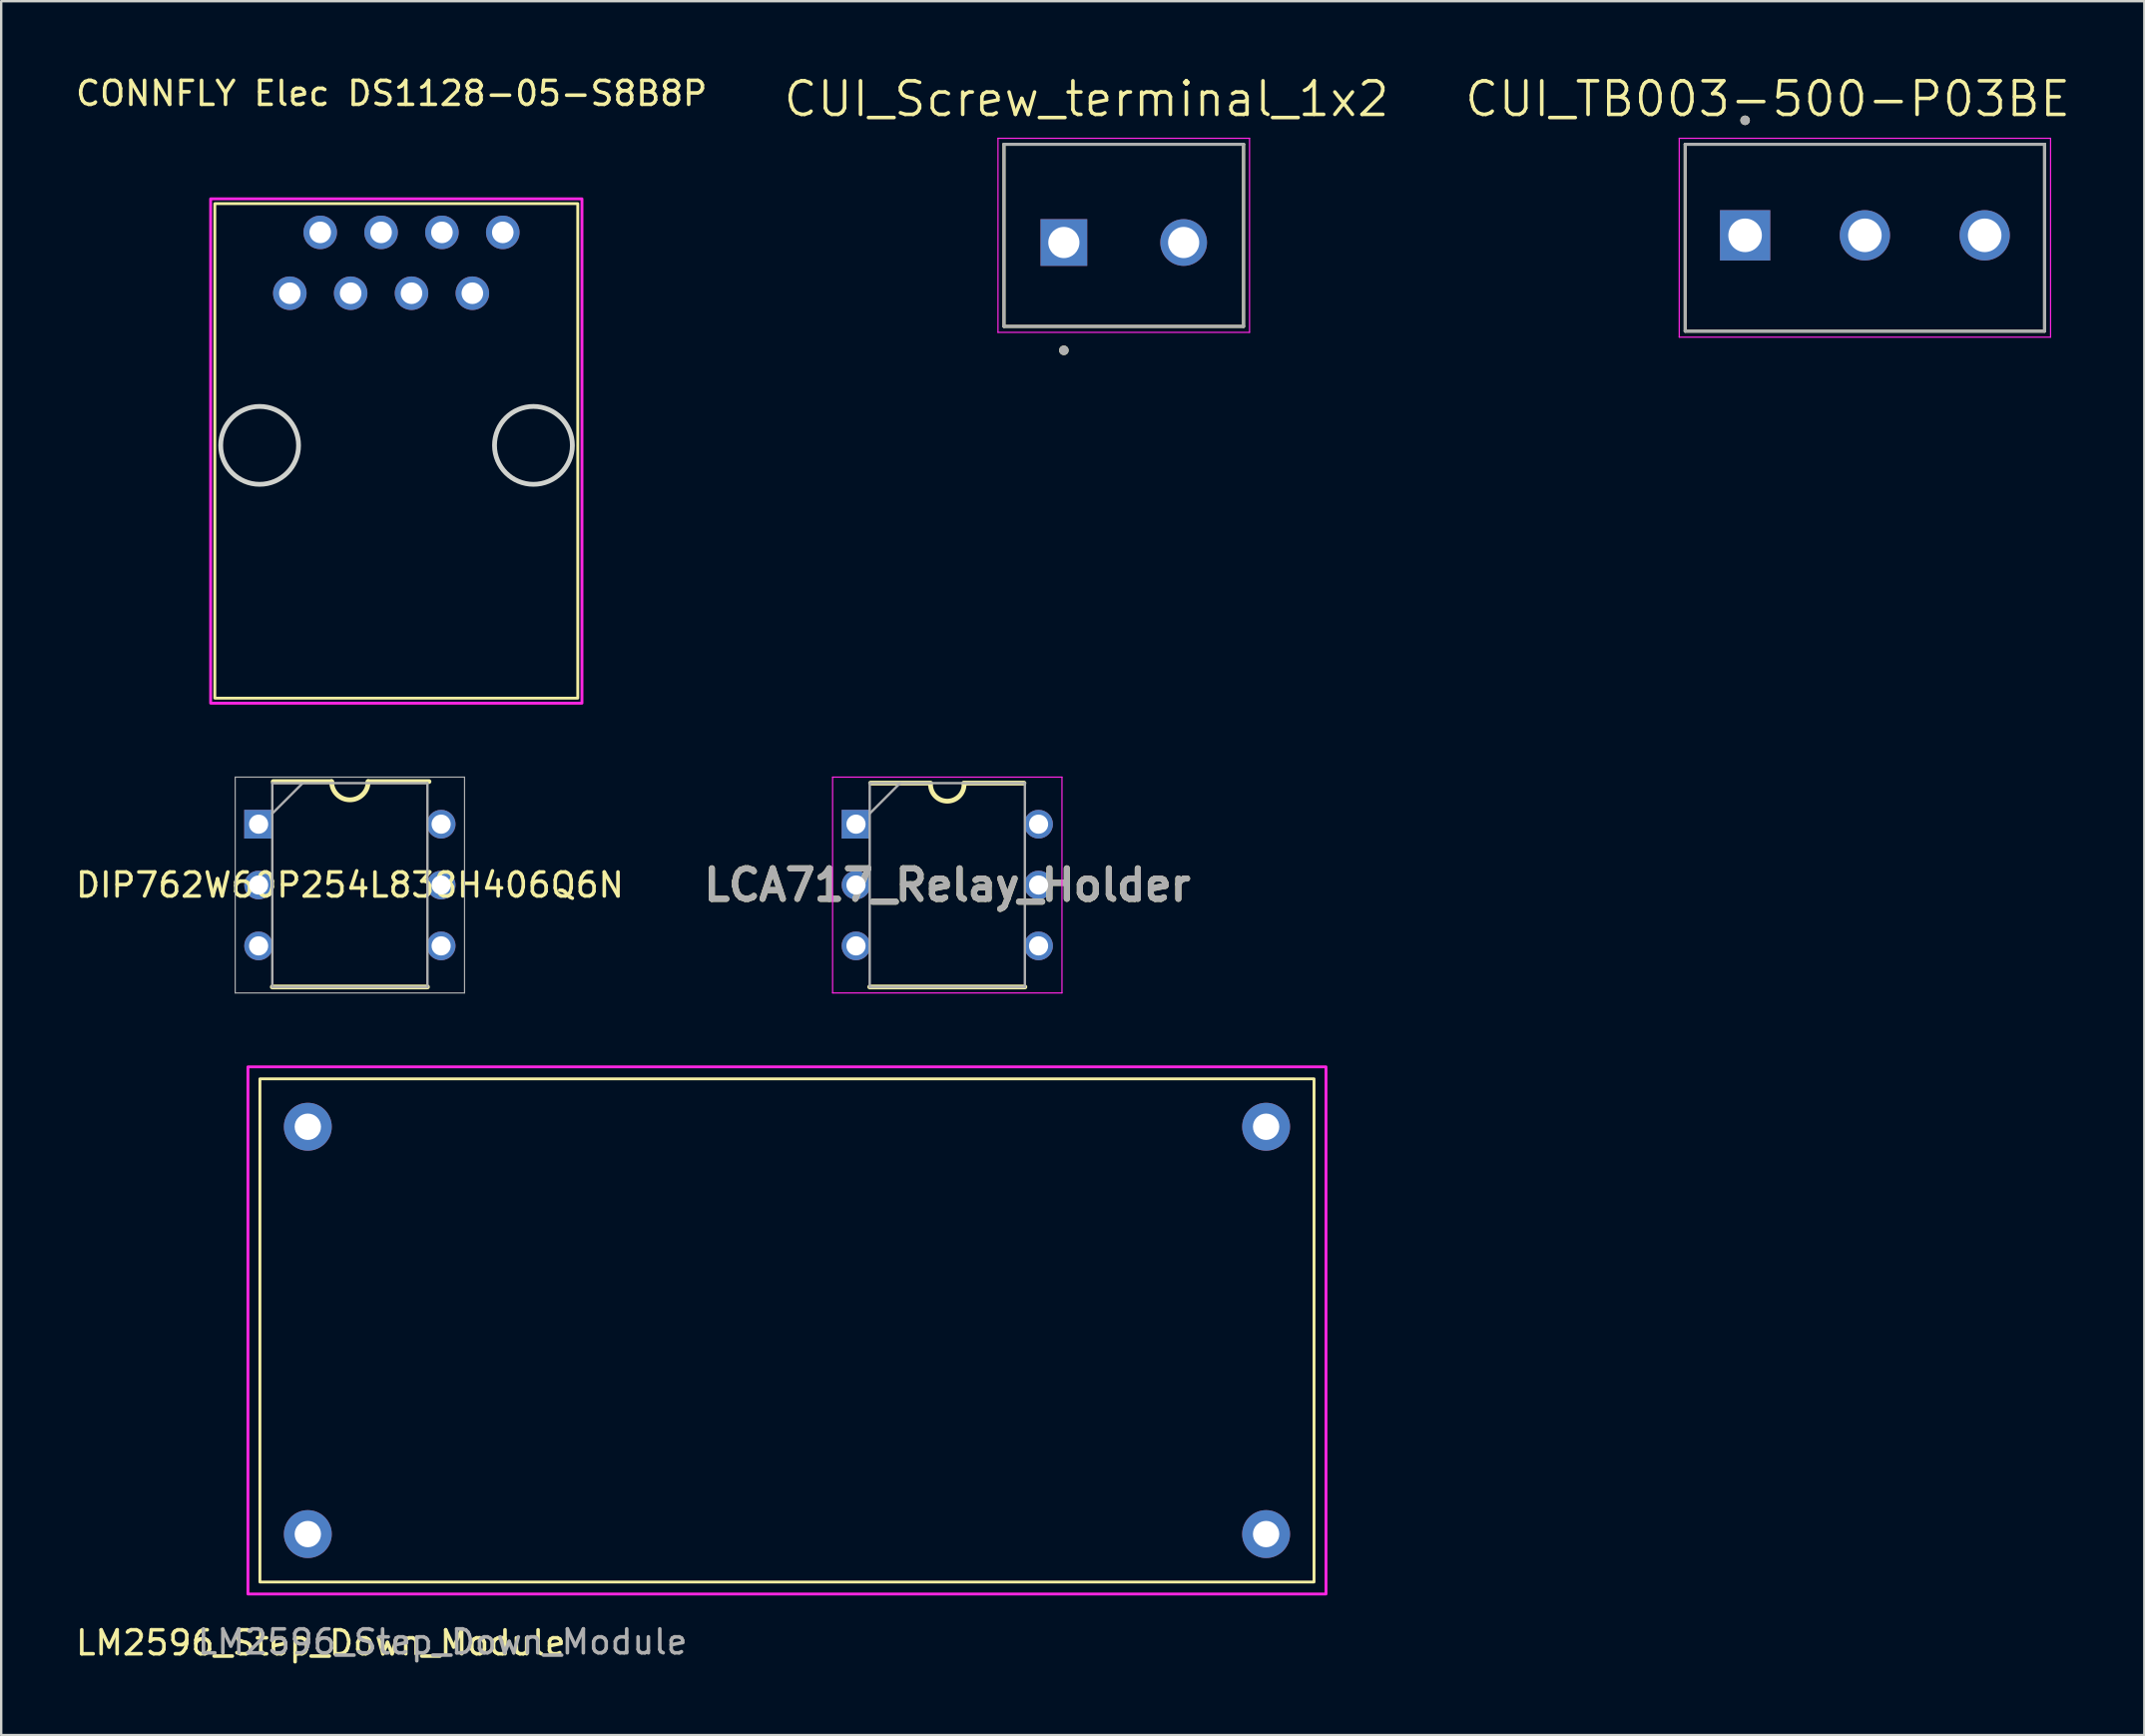
<source format=kicad_pcb>
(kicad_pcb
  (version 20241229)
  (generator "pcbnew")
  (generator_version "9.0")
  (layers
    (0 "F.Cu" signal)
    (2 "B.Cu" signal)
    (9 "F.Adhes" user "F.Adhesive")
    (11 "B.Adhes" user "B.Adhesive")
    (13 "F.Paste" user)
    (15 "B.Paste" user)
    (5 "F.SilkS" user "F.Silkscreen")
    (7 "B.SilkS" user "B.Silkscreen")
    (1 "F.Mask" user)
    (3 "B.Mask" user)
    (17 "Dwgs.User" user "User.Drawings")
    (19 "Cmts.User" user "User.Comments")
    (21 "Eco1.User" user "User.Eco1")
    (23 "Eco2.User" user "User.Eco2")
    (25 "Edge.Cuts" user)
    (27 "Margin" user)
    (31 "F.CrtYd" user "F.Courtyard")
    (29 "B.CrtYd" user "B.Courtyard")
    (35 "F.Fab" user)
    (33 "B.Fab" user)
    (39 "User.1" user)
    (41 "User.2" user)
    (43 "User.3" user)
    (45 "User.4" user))
  (footprint "CUI_TB003-500-P03BE"
    (layer "F.Cu")
    (at 69.793 6.771)
    (property "Reference" "CUI_TB003-500-P03BE" (at 0.945 -5.689 0) (layer "F.SilkS") (effects (font (size 1.4 1.4) (thickness 0.15))))
    (attr through_hole)
    (fp_line (start -2.5 -3.8) (end 12.5 -3.8) (stroke (width 0.127) (type solid)) (layer "F.SilkS"))
    (fp_line (start -2.5 4) (end -2.5 -3.8) (stroke (width 0.127) (type solid)) (layer "F.SilkS"))
    (fp_line (start 12.5 -3.8) (end 12.5 4) (stroke (width 0.127) (type solid)) (layer "F.SilkS"))
    (fp_line (start 12.5 4) (end -2.5 4) (stroke (width 0.127) (type solid)) (layer "F.SilkS"))
    (fp_circle (center 0 -4.8) (end 0.1 -4.8) (stroke (width 0.2) (type solid)) (fill no) (layer "F.SilkS"))
    (fp_line (start -2.75 -4.05) (end 12.75 -4.05) (stroke (width 0.05) (type solid)) (layer "F.CrtYd"))
    (fp_line (start -2.75 4.25) (end -2.75 -4.05) (stroke (width 0.05) (type solid)) (layer "F.CrtYd"))
    (fp_line (start 12.75 -4.05) (end 12.75 4.25) (stroke (width 0.05) (type solid)) (layer "F.CrtYd"))
    (fp_line (start 12.75 4.25) (end -2.75 4.25) (stroke (width 0.05) (type solid)) (layer "F.CrtYd"))
    (fp_line (start -2.5 -3.8) (end 12.5 -3.8) (stroke (width 0.127) (type solid)) (layer "F.Fab"))
    (fp_line (start -2.5 4) (end -2.5 -3.8) (stroke (width 0.127) (type solid)) (layer "F.Fab"))
    (fp_line (start 12.5 -3.8) (end 12.5 4) (stroke (width 0.127) (type solid)) (layer "F.Fab"))
    (fp_line (start 12.5 4) (end -2.5 4) (stroke (width 0.127) (type solid)) (layer "F.Fab"))
    (fp_circle (center 0 -4.8) (end 0.1 -4.8) (stroke (width 0.2) (type solid)) (fill no) (layer "F.Fab"))
    (pad "1" thru_hole rect (at 0 0) (size 2.1 2.1) (drill 1.4) (layers "*.Cu" "*.Mask"))
    (pad "2" thru_hole circle (at 5 0) (size 2.1 2.1) (drill 1.4) (layers "*.Cu" "*.Mask"))
    (pad "3" thru_hole circle (at 10 0) (size 2.1 2.1) (drill 1.4) (layers "*.Cu" "*.Mask")))
  (footprint "DIP762W60P254L838H406Q6N"
    (layer "F.Cu")
    (at 11.554 33.887)
    (property "Reference" "DIP762W60P254L838H406Q6N" (at 0 0 0) (layer "F.SilkS") (effects (font (size 1 1) (thickness 0.15))))
    (attr through_hole)
    (fp_line (start -3.238 4.254) (end 3.238 4.254) (stroke (width 0.2) (type solid)) (layer "F.SilkS"))
    (fp_line (start -3.2 -4.318) (end -0.762 -4.318) (stroke (width 0.2) (type solid)) (layer "F.SilkS"))
    (fp_line (start 0.762 -4.318) (end 3.302 -4.318) (stroke (width 0.2) (type solid)) (layer "F.SilkS"))
    (fp_arc (start 0.762 -4.318) (mid 0 -3.556) (end -0.762 -4.318) (stroke (width 0.2) (type default)) (layer "F.SilkS"))
    (fp_line (start -4.787 -4.504) (end 4.787 -4.504) (stroke (width 0.05) (type solid)) (layer "F.Fab"))
    (fp_line (start -4.787 4.504) (end -4.787 -4.504) (stroke (width 0.05) (type solid)) (layer "F.Fab"))
    (fp_line (start -3.238 -4.254) (end 3.238 -4.254) (stroke (width 0.1) (type solid)) (layer "F.Fab"))
    (fp_line (start -3.238 -2.984) (end -1.968 -4.254) (stroke (width 0.1) (type solid)) (layer "F.Fab"))
    (fp_line (start -3.238 4.254) (end -3.238 -4.254) (stroke (width 0.1) (type solid)) (layer "F.Fab"))
    (fp_line (start 3.238 -4.254) (end 3.238 4.254) (stroke (width 0.1) (type solid)) (layer "F.Fab"))
    (fp_line (start 3.238 4.254) (end -3.238 4.254) (stroke (width 0.1) (type solid)) (layer "F.Fab"))
    (fp_line (start 4.787 -4.504) (end 4.787 4.504) (stroke (width 0.05) (type solid)) (layer "F.Fab"))
    (fp_line (start 4.787 4.504) (end -4.787 4.504) (stroke (width 0.05) (type solid)) (layer "F.Fab"))
    (pad "1" thru_hole rect (at -3.81 -2.54) (size 1.2 1.2) (drill 0.8) (layers "*.Cu" "*.Mask"))
    (pad "2" thru_hole circle (at -3.81 0) (size 1.2 1.2) (drill 0.8) (layers "*.Cu" "*.Mask"))
    (pad "3" thru_hole circle (at -3.81 2.54) (size 1.2 1.2) (drill 0.8) (layers "*.Cu" "*.Mask"))
    (pad "4" thru_hole circle (at 3.81 2.54) (size 1.2 1.2) (drill 0.8) (layers "*.Cu" "*.Mask"))
    (pad "5" thru_hole circle (at 3.81 0) (size 1.2 1.2) (drill 0.8) (layers "*.Cu" "*.Mask"))
    (pad "6" thru_hole circle (at 3.81 -2.54) (size 1.2 1.2) (drill 0.8) (layers "*.Cu" "*.Mask")))
  (footprint "CUI_Screw_terminal_1x2"
    (layer "F.Cu")
    (at 41.357 7.071)
    (property "Reference" "CUI_Screw_terminal_1x2" (at 0.945 -5.989 0) (layer "F.SilkS") (effects (font (size 1.4 1.4) (thickness 0.15))))
    (attr through_hole)
    (fp_line (start -2.5 -4.1) (end 7.5 -4.1) (stroke (width 0.127) (type solid)) (layer "F.SilkS"))
    (fp_line (start -2.5 3.5) (end -2.5 -4.1) (stroke (width 0.127) (type solid)) (layer "F.SilkS"))
    (fp_line (start 7.5 -4.1) (end 7.5 3.5) (stroke (width 0.127) (type solid)) (layer "F.SilkS"))
    (fp_line (start 7.5 3.5) (end -2.5 3.5) (stroke (width 0.127) (type solid)) (layer "F.SilkS"))
    (fp_circle (center 0 4.5) (end 0.1 4.5) (stroke (width 0.2) (type solid)) (fill no) (layer "F.SilkS"))
    (fp_line (start -2.75 -4.35) (end 7.75 -4.35) (stroke (width 0.05) (type solid)) (layer "F.CrtYd"))
    (fp_line (start -2.75 3.75) (end -2.75 -4.35) (stroke (width 0.05) (type solid)) (layer "F.CrtYd"))
    (fp_line (start 7.75 -4.35) (end 7.75 3.75) (stroke (width 0.05) (type solid)) (layer "F.CrtYd"))
    (fp_line (start 7.75 3.75) (end -2.75 3.75) (stroke (width 0.05) (type solid)) (layer "F.CrtYd"))
    (fp_line (start -2.5 -4.1) (end 7.5 -4.1) (stroke (width 0.127) (type solid)) (layer "F.Fab"))
    (fp_line (start -2.5 3.5) (end -2.5 -4.1) (stroke (width 0.127) (type solid)) (layer "F.Fab"))
    (fp_line (start 7.5 -4.1) (end 7.5 3.5) (stroke (width 0.127) (type solid)) (layer "F.Fab"))
    (fp_line (start 7.5 3.5) (end -2.5 3.5) (stroke (width 0.127) (type solid)) (layer "F.Fab"))
    (fp_circle (center 0 4.5) (end 0.1 4.5) (stroke (width 0.2) (type solid)) (fill no) (layer "F.Fab"))
    (pad "1" thru_hole rect (at 0 0) (size 1.95 1.95) (drill 1.3) (layers "*.Cu" "*.Mask"))
    (pad "2" thru_hole circle (at 5 0) (size 1.95 1.95) (drill 1.3) (layers "*.Cu" "*.Mask")))
  (footprint "LCA717_Relay_Holder"
    (layer "F.Cu")
    (at 36.491 33.887)
    (property "Reference" "LCA717_Relay_Holder" (at 0 0 0) (layer "F.SilkS") (effects (font (size 1.27 1.27) (thickness 0.254))))
    (attr through_hole)
    (fp_line (start -3.238 4.254) (end 3.238 4.254) (stroke (width 0.2) (type solid)) (layer "F.SilkS"))
    (fp_line (start -3.2 -4.254) (end -0.7 -4.254) (stroke (width 0.2) (type solid)) (layer "F.SilkS"))
    (fp_line (start 0.69 -4.254) (end 3.2 -4.254) (stroke (width 0.2) (type solid)) (layer "F.SilkS"))
    (fp_arc (start 0.699999 -4.2) (mid 0 -3.5) (end -0.699999 -4.2) (stroke (width 0.2) (type default)) (layer "F.SilkS"))
    (fp_line (start -4.787 -4.504) (end 4.787 -4.504) (stroke (width 0.05) (type solid)) (layer "F.CrtYd"))
    (fp_line (start -4.787 4.504) (end -4.787 -4.504) (stroke (width 0.05) (type solid)) (layer "F.CrtYd"))
    (fp_line (start 4.787 -4.504) (end 4.787 4.504) (stroke (width 0.05) (type solid)) (layer "F.CrtYd"))
    (fp_line (start 4.787 4.504) (end -4.787 4.504) (stroke (width 0.05) (type solid)) (layer "F.CrtYd"))
    (fp_line (start -3.238 -4.254) (end 3.238 -4.254) (stroke (width 0.1) (type solid)) (layer "F.Fab"))
    (fp_line (start -3.238 -2.984) (end -1.968 -4.254) (stroke (width 0.1) (type solid)) (layer "F.Fab"))
    (fp_line (start -3.238 4.254) (end -3.238 -4.254) (stroke (width 0.1) (type solid)) (layer "F.Fab"))
    (fp_line (start 3.238 -4.254) (end 3.238 4.254) (stroke (width 0.1) (type solid)) (layer "F.Fab"))
    (fp_line (start 3.238 4.254) (end -3.238 4.254) (stroke (width 0.1) (type solid)) (layer "F.Fab"))
    (fp_text user "${REFERENCE}" (at 0 0 0) (layer "F.Fab") (effects (font (size 1.27 1.27) (thickness 0.254))))
    (pad "1" thru_hole rect (at -3.81 -2.54) (size 1.2 1.2) (drill 0.8) (layers "*.Cu" "*.Mask"))
    (pad "2" thru_hole circle (at -3.81 0) (size 1.2 1.2) (drill 0.8) (layers "*.Cu" "*.Mask"))
    (pad "3" thru_hole circle (at -3.81 2.54) (size 1.2 1.2) (drill 0.8) (layers "*.Cu" "*.Mask"))
    (pad "4" thru_hole circle (at 3.81 2.54) (size 1.2 1.2) (drill 0.8) (layers "*.Cu" "*.Mask"))
    (pad "5" thru_hole circle (at 3.81 0) (size 1.2 1.2) (drill 0.8) (layers "*.Cu" "*.Mask"))
    (pad "6" thru_hole circle (at 3.81 -2.54) (size 1.2 1.2) (drill 0.8) (layers "*.Cu" "*.Mask")))
  (footprint "LM2596_Step_Down_Module"
    (layer "F.Cu")
    (at 7.799 62.976)
    (property "Reference" "LM2596_Step_Down_Module" (at 2.54 2.54 0) (unlocked yes) (layer "F.SilkS") (effects (font (size 1 1) (thickness 0.15))))
    (attr smd)
    (fp_rect (start 0 0) (end 44 -21) (stroke (width 0.12) (type solid)) (fill no) (layer "F.SilkS"))
    (fp_rect (start -0.5 0.5) (end 44.5 -21.5) (stroke (width 0.12) (type solid)) (fill no) (layer "F.CrtYd"))
    (fp_text user "${REFERENCE}" (at 7.62 2.5 0) (unlocked yes) (layer "F.Fab") (effects (font (size 1 1) (thickness 0.15))))
    (pad "1" thru_hole circle (at 2 -19) (size 2 2) (drill 1.1) (layers "*.Cu" "*.Mask"))
    (pad "2" thru_hole circle (at 2 -2) (size 2 2) (drill 1.1) (layers "*.Cu" "*.Mask"))
    (pad "3" thru_hole circle (at 42 -19) (size 2 2) (drill 1.1) (layers "*.Cu" "*.Mask"))
    (pad "4" thru_hole circle (at 42 -2) (size 2 2) (drill 1.1) (layers "*.Cu" "*.Mask")))
  (footprint "CONNFLY Elec DS1128-05-S8B8P"
    (layer "F.Cu")
    (at 13.492 6.648)
    (property "Reference" "CONNFLY Elec DS1128-05-S8B8P" (at -0.2 -5.8 0) (unlocked yes) (layer "F.SilkS") (effects (font (size 1 1) (thickness 0.15))))
    (attr through_hole)
    (fp_rect (start -7.575 19.44) (end 7.575 -1.2) (stroke (width 0.12) (type default)) (fill no) (layer "F.SilkS"))
    (fp_circle (center -5.705 8.89) (end -4.08 8.89) (stroke (width 0.2) (type default)) (fill no) (layer "Edge.Cuts"))
    (fp_circle (center 5.725 8.89) (end 7.35 8.89) (stroke (width 0.2) (type default)) (fill no) (layer "Edge.Cuts"))
    (fp_rect (start -7.75 19.65) (end 7.75 -1.4) (stroke (width 0.12) (type default)) (fill no) (layer "F.CrtYd"))
    (pad "1" thru_hole circle (at -4.445 2.54) (size 1.4 1.4) (drill 0.9) (layers "*.Cu" "*.Mask"))
    (pad "2" thru_hole circle (at -3.175 0) (size 1.4 1.4) (drill 0.9) (layers "*.Cu" "*.Mask"))
    (pad "3" thru_hole circle (at -1.905 2.54) (size 1.4 1.4) (drill 0.9) (layers "*.Cu" "*.Mask"))
    (pad "4" thru_hole circle (at -0.635 0) (size 1.4 1.4) (drill 0.9) (layers "*.Cu" "*.Mask"))
    (pad "5" thru_hole circle (at 0.635 2.54) (size 1.4 1.4) (drill 0.9) (layers "*.Cu" "*.Mask"))
    (pad "6" thru_hole circle (at 1.905 0) (size 1.4 1.4) (drill 0.9) (layers "*.Cu" "*.Mask"))
    (pad "7" thru_hole circle (at 3.175 2.54) (size 1.4 1.4) (drill 0.9) (layers "*.Cu" "*.Mask"))
    (pad "8" thru_hole circle (at 4.445 0) (size 1.4 1.4) (drill 0.9) (layers "*.Cu" "*.Mask")))
  (gr_rect
    (start -3 -3)
    (end 86.457 69.365)
    (stroke (width 0.1) (type default))
    (fill no)
    (layer "Edge.Cuts")))
</source>
